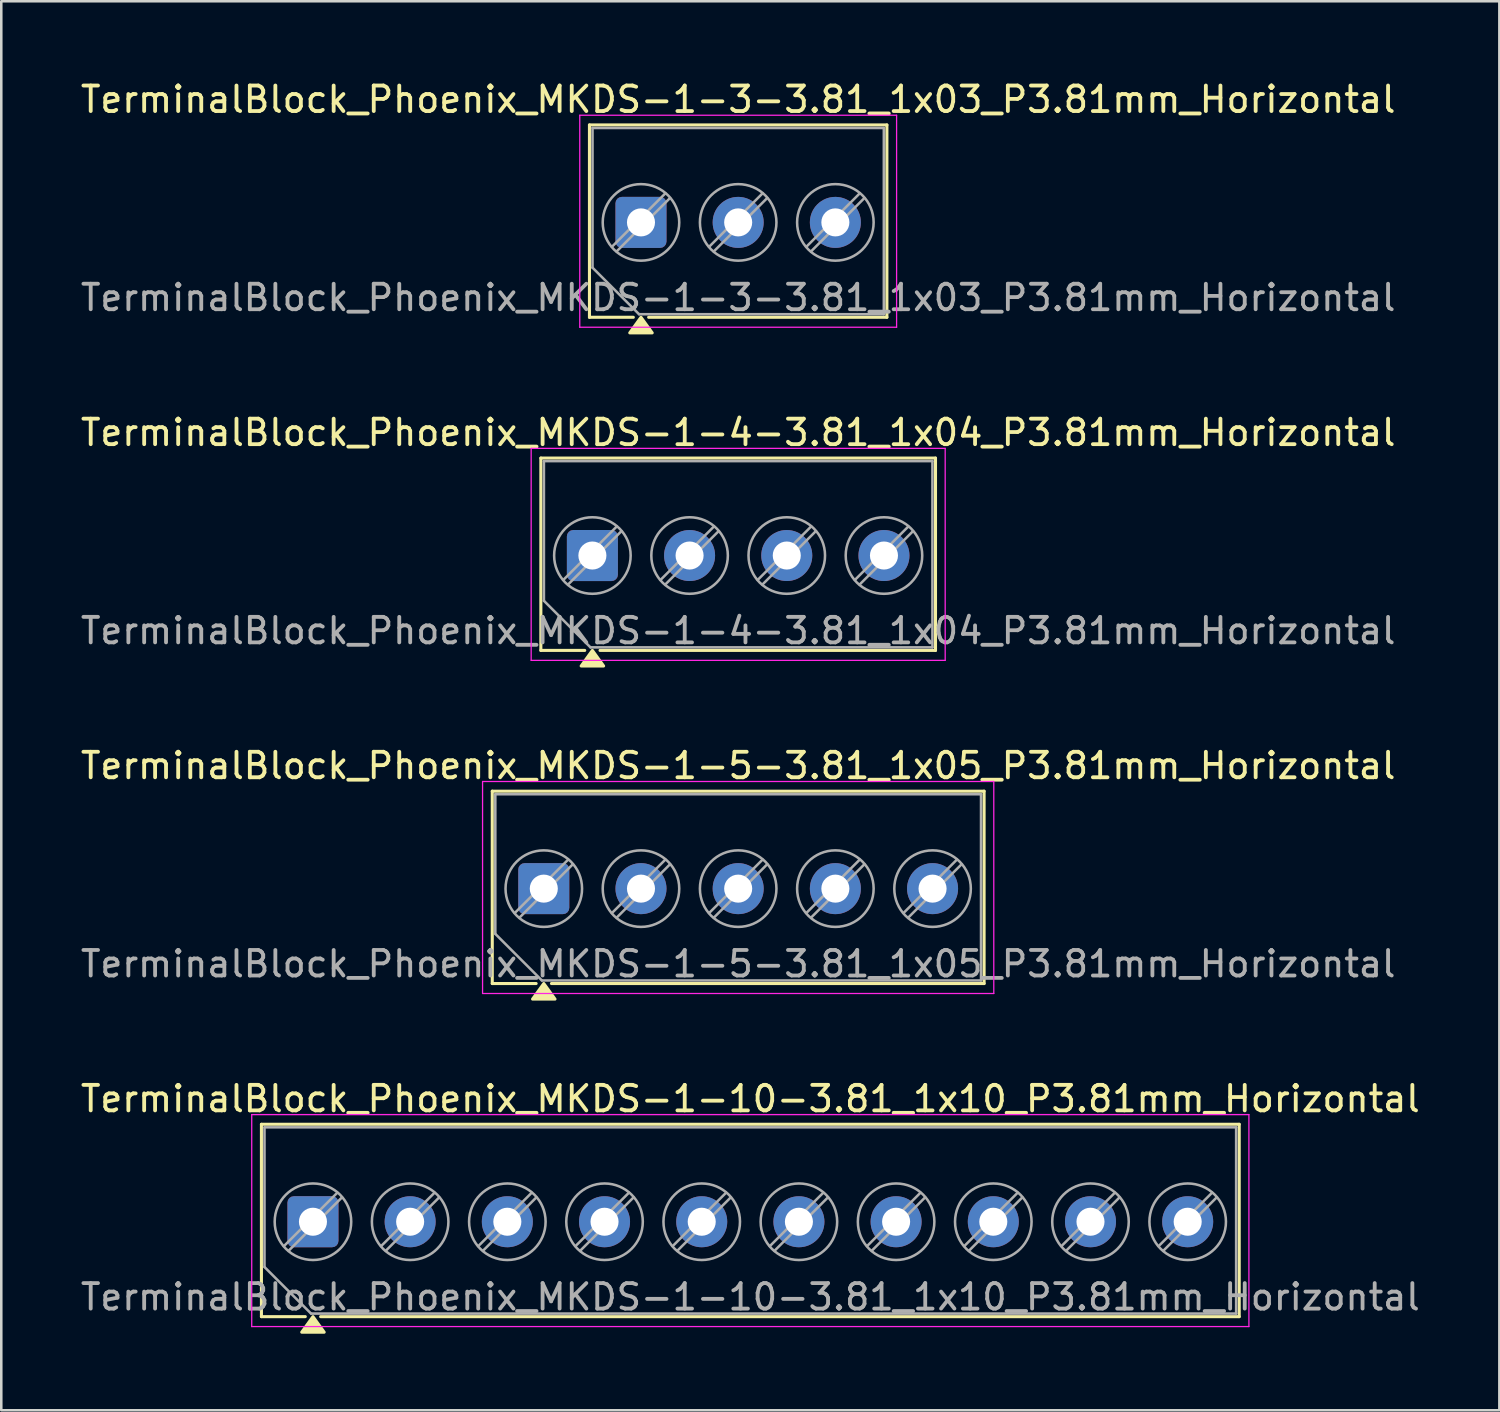
<source format=kicad_pcb>
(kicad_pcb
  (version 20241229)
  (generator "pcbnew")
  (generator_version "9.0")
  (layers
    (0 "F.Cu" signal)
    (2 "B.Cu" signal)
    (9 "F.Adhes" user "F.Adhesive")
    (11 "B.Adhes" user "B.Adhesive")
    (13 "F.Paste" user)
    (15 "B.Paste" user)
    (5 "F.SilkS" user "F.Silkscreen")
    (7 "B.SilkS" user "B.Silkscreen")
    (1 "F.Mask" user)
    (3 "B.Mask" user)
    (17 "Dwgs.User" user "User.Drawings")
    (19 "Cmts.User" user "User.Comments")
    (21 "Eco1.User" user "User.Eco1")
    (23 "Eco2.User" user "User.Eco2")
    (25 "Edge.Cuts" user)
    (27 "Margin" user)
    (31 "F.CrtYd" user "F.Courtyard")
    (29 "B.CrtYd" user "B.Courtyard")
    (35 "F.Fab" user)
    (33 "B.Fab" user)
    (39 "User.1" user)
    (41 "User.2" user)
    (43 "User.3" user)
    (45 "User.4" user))
  (footprint "TerminalBlock_Phoenix_MKDS-1-4-3.81_1x04_P3.81mm_Horizontal"
    (layer "F.Cu")
    (at 20.172 18.727)
    (property "Reference" "TerminalBlock_Phoenix_MKDS-1-4-3.81_1x04_P3.81mm_Horizontal" (at 5.715 -4.82 0) (layer "F.SilkS") (effects (font (size 1 1) (thickness 0.15))))
    (attr through_hole)
    (fp_line (start -2.02 -3.82) (end -2.02 3.72) (stroke (width 0.12) (type solid)) (layer "F.SilkS"))
    (fp_line (start -2.02 -3.82) (end 13.45 -3.82) (stroke (width 0.12) (type solid)) (layer "F.SilkS"))
    (fp_line (start -2.02 3.72) (end -0.3 3.72) (stroke (width 0.12) (type solid)) (layer "F.SilkS"))
    (fp_line (start 0.3 3.72) (end 13.45 3.72) (stroke (width 0.12) (type solid)) (layer "F.SilkS"))
    (fp_line (start 13.45 -3.82) (end 13.45 3.72) (stroke (width 0.12) (type solid)) (layer "F.SilkS"))
    (fp_poly (pts (xy 0 3.72) (xy 0.44 4.33) (xy -0.44 4.33)) (stroke (width 0.12) (type solid)) (fill yes) (layer "F.SilkS"))
    (fp_line (start -2.4 -4.2) (end -2.4 4.11) (stroke (width 0.05) (type solid)) (layer "F.CrtYd"))
    (fp_line (start -2.4 4.11) (end 13.83 4.11) (stroke (width 0.05) (type solid)) (layer "F.CrtYd"))
    (fp_line (start 13.83 -4.2) (end -2.4 -4.2) (stroke (width 0.05) (type solid)) (layer "F.CrtYd"))
    (fp_line (start 13.83 4.11) (end 13.83 -4.2) (stroke (width 0.05) (type solid)) (layer "F.CrtYd"))
    (fp_line (start -1.9 -3.7) (end 13.33 -3.7) (stroke (width 0.1) (type solid)) (layer "F.Fab"))
    (fp_line (start -1.9 1.775) (end -1.9 -3.7) (stroke (width 0.1) (type solid)) (layer "F.Fab"))
    (fp_line (start -0.075 3.6) (end -1.9 1.775) (stroke (width 0.1) (type solid)) (layer "F.Fab"))
    (fp_line (start 0.955 -1.138) (end -1.138 0.955) (stroke (width 0.1) (type solid)) (layer "F.Fab"))
    (fp_line (start 1.138 -0.955) (end -0.955 1.138) (stroke (width 0.1) (type solid)) (layer "F.Fab"))
    (fp_line (start 4.765 -1.138) (end 2.672 0.955) (stroke (width 0.1) (type solid)) (layer "F.Fab"))
    (fp_line (start 4.948 -0.955) (end 2.855 1.138) (stroke (width 0.1) (type solid)) (layer "F.Fab"))
    (fp_line (start 8.575 -1.138) (end 6.482 0.955) (stroke (width 0.1) (type solid)) (layer "F.Fab"))
    (fp_line (start 8.758 -0.955) (end 6.665 1.138) (stroke (width 0.1) (type solid)) (layer "F.Fab"))
    (fp_line (start 12.385 -1.138) (end 10.292 0.955) (stroke (width 0.1) (type solid)) (layer "F.Fab"))
    (fp_line (start 12.568 -0.955) (end 10.475 1.138) (stroke (width 0.1) (type solid)) (layer "F.Fab"))
    (fp_line (start 13.33 -3.7) (end 13.33 3.6) (stroke (width 0.1) (type solid)) (layer "F.Fab"))
    (fp_line (start 13.33 3.6) (end -0.075 3.6) (stroke (width 0.1) (type solid)) (layer "F.Fab"))
    (fp_circle (center 0 0) (end 1.5 0) (stroke (width 0.1) (type solid)) (fill no) (layer "F.Fab"))
    (fp_circle (center 3.81 0) (end 5.31 0) (stroke (width 0.1) (type solid)) (fill no) (layer "F.Fab"))
    (fp_circle (center 7.62 0) (end 9.12 0) (stroke (width 0.1) (type solid)) (fill no) (layer "F.Fab"))
    (fp_circle (center 11.43 0) (end 12.93 0) (stroke (width 0.1) (type solid)) (fill no) (layer "F.Fab"))
    (fp_text user "${REFERENCE}" (at 5.715 2.95 0) (layer "F.Fab") (effects (font (size 1 1) (thickness 0.15))))
    (pad "1" thru_hole roundrect (at 0 0) (size 2 2) (drill 1.1) (layers "*.Cu" "*.Mask") (roundrect_rratio 0.125))
    (pad "2" thru_hole circle (at 3.81 0) (size 2 2) (drill 1.1) (layers "*.Cu" "*.Mask"))
    (pad "3" thru_hole circle (at 7.62 0) (size 2 2) (drill 1.1) (layers "*.Cu" "*.Mask"))
    (pad "4" thru_hole circle (at 11.43 0) (size 2 2) (drill 1.1) (layers "*.Cu" "*.Mask")))
  (footprint "TerminalBlock_Phoenix_MKDS-1-10-3.81_1x10_P3.81mm_Horizontal"
    (layer "F.Cu")
    (at 9.218 44.843)
    (property "Reference" "TerminalBlock_Phoenix_MKDS-1-10-3.81_1x10_P3.81mm_Horizontal" (at 17.145 -4.82 0) (layer "F.SilkS") (effects (font (size 1 1) (thickness 0.15))))
    (attr through_hole)
    (fp_line (start -2.02 -3.82) (end -2.02 3.72) (stroke (width 0.12) (type solid)) (layer "F.SilkS"))
    (fp_line (start -2.02 -3.82) (end 36.31 -3.82) (stroke (width 0.12) (type solid)) (layer "F.SilkS"))
    (fp_line (start -2.02 3.72) (end -0.3 3.72) (stroke (width 0.12) (type solid)) (layer "F.SilkS"))
    (fp_line (start 0.3 3.72) (end 36.31 3.72) (stroke (width 0.12) (type solid)) (layer "F.SilkS"))
    (fp_line (start 36.31 -3.82) (end 36.31 3.72) (stroke (width 0.12) (type solid)) (layer "F.SilkS"))
    (fp_poly (pts (xy 0 3.72) (xy 0.44 4.33) (xy -0.44 4.33)) (stroke (width 0.12) (type solid)) (fill yes) (layer "F.SilkS"))
    (fp_line (start -2.4 -4.2) (end -2.4 4.11) (stroke (width 0.05) (type solid)) (layer "F.CrtYd"))
    (fp_line (start -2.4 4.11) (end 36.69 4.11) (stroke (width 0.05) (type solid)) (layer "F.CrtYd"))
    (fp_line (start 36.69 -4.2) (end -2.4 -4.2) (stroke (width 0.05) (type solid)) (layer "F.CrtYd"))
    (fp_line (start 36.69 4.11) (end 36.69 -4.2) (stroke (width 0.05) (type solid)) (layer "F.CrtYd"))
    (fp_line (start -1.9 -3.7) (end 36.19 -3.7) (stroke (width 0.1) (type solid)) (layer "F.Fab"))
    (fp_line (start -1.9 1.775) (end -1.9 -3.7) (stroke (width 0.1) (type solid)) (layer "F.Fab"))
    (fp_line (start -0.075 3.6) (end -1.9 1.775) (stroke (width 0.1) (type solid)) (layer "F.Fab"))
    (fp_line (start 0.955 -1.138) (end -1.138 0.955) (stroke (width 0.1) (type solid)) (layer "F.Fab"))
    (fp_line (start 1.138 -0.955) (end -0.955 1.138) (stroke (width 0.1) (type solid)) (layer "F.Fab"))
    (fp_line (start 4.765 -1.138) (end 2.672 0.955) (stroke (width 0.1) (type solid)) (layer "F.Fab"))
    (fp_line (start 4.948 -0.955) (end 2.855 1.138) (stroke (width 0.1) (type solid)) (layer "F.Fab"))
    (fp_line (start 8.575 -1.138) (end 6.482 0.955) (stroke (width 0.1) (type solid)) (layer "F.Fab"))
    (fp_line (start 8.758 -0.955) (end 6.665 1.138) (stroke (width 0.1) (type solid)) (layer "F.Fab"))
    (fp_line (start 12.385 -1.138) (end 10.292 0.955) (stroke (width 0.1) (type solid)) (layer "F.Fab"))
    (fp_line (start 12.568 -0.955) (end 10.475 1.138) (stroke (width 0.1) (type solid)) (layer "F.Fab"))
    (fp_line (start 16.195 -1.138) (end 14.102 0.955) (stroke (width 0.1) (type solid)) (layer "F.Fab"))
    (fp_line (start 16.378 -0.955) (end 14.285 1.138) (stroke (width 0.1) (type solid)) (layer "F.Fab"))
    (fp_line (start 20.005 -1.138) (end 17.912 0.955) (stroke (width 0.1) (type solid)) (layer "F.Fab"))
    (fp_line (start 20.188 -0.955) (end 18.095 1.138) (stroke (width 0.1) (type solid)) (layer "F.Fab"))
    (fp_line (start 23.815 -1.138) (end 21.722 0.955) (stroke (width 0.1) (type solid)) (layer "F.Fab"))
    (fp_line (start 23.998 -0.955) (end 21.905 1.138) (stroke (width 0.1) (type solid)) (layer "F.Fab"))
    (fp_line (start 27.625 -1.138) (end 25.532 0.955) (stroke (width 0.1) (type solid)) (layer "F.Fab"))
    (fp_line (start 27.808 -0.955) (end 25.715 1.138) (stroke (width 0.1) (type solid)) (layer "F.Fab"))
    (fp_line (start 31.435 -1.138) (end 29.342 0.955) (stroke (width 0.1) (type solid)) (layer "F.Fab"))
    (fp_line (start 31.618 -0.955) (end 29.525 1.138) (stroke (width 0.1) (type solid)) (layer "F.Fab"))
    (fp_line (start 35.245 -1.138) (end 33.152 0.955) (stroke (width 0.1) (type solid)) (layer "F.Fab"))
    (fp_line (start 35.428 -0.955) (end 33.335 1.138) (stroke (width 0.1) (type solid)) (layer "F.Fab"))
    (fp_line (start 36.19 -3.7) (end 36.19 3.6) (stroke (width 0.1) (type solid)) (layer "F.Fab"))
    (fp_line (start 36.19 3.6) (end -0.075 3.6) (stroke (width 0.1) (type solid)) (layer "F.Fab"))
    (fp_circle (center 0 0) (end 1.5 0) (stroke (width 0.1) (type solid)) (fill no) (layer "F.Fab"))
    (fp_circle (center 3.81 0) (end 5.31 0) (stroke (width 0.1) (type solid)) (fill no) (layer "F.Fab"))
    (fp_circle (center 7.62 0) (end 9.12 0) (stroke (width 0.1) (type solid)) (fill no) (layer "F.Fab"))
    (fp_circle (center 11.43 0) (end 12.93 0) (stroke (width 0.1) (type solid)) (fill no) (layer "F.Fab"))
    (fp_circle (center 15.24 0) (end 16.74 0) (stroke (width 0.1) (type solid)) (fill no) (layer "F.Fab"))
    (fp_circle (center 19.05 0) (end 20.55 0) (stroke (width 0.1) (type solid)) (fill no) (layer "F.Fab"))
    (fp_circle (center 22.86 0) (end 24.36 0) (stroke (width 0.1) (type solid)) (fill no) (layer "F.Fab"))
    (fp_circle (center 26.67 0) (end 28.17 0) (stroke (width 0.1) (type solid)) (fill no) (layer "F.Fab"))
    (fp_circle (center 30.48 0) (end 31.98 0) (stroke (width 0.1) (type solid)) (fill no) (layer "F.Fab"))
    (fp_circle (center 34.29 0) (end 35.79 0) (stroke (width 0.1) (type solid)) (fill no) (layer "F.Fab"))
    (fp_text user "${REFERENCE}" (at 17.145 2.95 0) (layer "F.Fab") (effects (font (size 1 1) (thickness 0.15))))
    (pad "1" thru_hole roundrect (at 0 0) (size 2 2) (drill 1.1) (layers "*.Cu" "*.Mask") (roundrect_rratio 0.125))
    (pad "2" thru_hole circle (at 3.81 0) (size 2 2) (drill 1.1) (layers "*.Cu" "*.Mask"))
    (pad "3" thru_hole circle (at 7.62 0) (size 2 2) (drill 1.1) (layers "*.Cu" "*.Mask"))
    (pad "4" thru_hole circle (at 11.43 0) (size 2 2) (drill 1.1) (layers "*.Cu" "*.Mask"))
    (pad "5" thru_hole circle (at 15.24 0) (size 2 2) (drill 1.1) (layers "*.Cu" "*.Mask"))
    (pad "6" thru_hole circle (at 19.05 0) (size 2 2) (drill 1.1) (layers "*.Cu" "*.Mask"))
    (pad "7" thru_hole circle (at 22.86 0) (size 2 2) (drill 1.1) (layers "*.Cu" "*.Mask"))
    (pad "8" thru_hole circle (at 26.67 0) (size 2 2) (drill 1.1) (layers "*.Cu" "*.Mask"))
    (pad "9" thru_hole circle (at 30.48 0) (size 2 2) (drill 1.1) (layers "*.Cu" "*.Mask"))
    (pad "10" thru_hole circle (at 34.29 0) (size 2 2) (drill 1.1) (layers "*.Cu" "*.Mask")))
  (footprint "TerminalBlock_Phoenix_MKDS-1-3-3.81_1x03_P3.81mm_Horizontal"
    (layer "F.Cu")
    (at 22.077 5.668)
    (property "Reference" "TerminalBlock_Phoenix_MKDS-1-3-3.81_1x03_P3.81mm_Horizontal" (at 3.81 -4.82 0) (layer "F.SilkS") (effects (font (size 1 1) (thickness 0.15))))
    (attr through_hole)
    (fp_line (start -2.02 -3.82) (end -2.02 3.72) (stroke (width 0.12) (type solid)) (layer "F.SilkS"))
    (fp_line (start -2.02 -3.82) (end 9.64 -3.82) (stroke (width 0.12) (type solid)) (layer "F.SilkS"))
    (fp_line (start -2.02 3.72) (end -0.3 3.72) (stroke (width 0.12) (type solid)) (layer "F.SilkS"))
    (fp_line (start 0.3 3.72) (end 9.64 3.72) (stroke (width 0.12) (type solid)) (layer "F.SilkS"))
    (fp_line (start 9.64 -3.82) (end 9.64 3.72) (stroke (width 0.12) (type solid)) (layer "F.SilkS"))
    (fp_poly (pts (xy 0 3.72) (xy 0.44 4.33) (xy -0.44 4.33)) (stroke (width 0.12) (type solid)) (fill yes) (layer "F.SilkS"))
    (fp_line (start -2.4 -4.2) (end -2.4 4.11) (stroke (width 0.05) (type solid)) (layer "F.CrtYd"))
    (fp_line (start -2.4 4.11) (end 10.02 4.11) (stroke (width 0.05) (type solid)) (layer "F.CrtYd"))
    (fp_line (start 10.02 -4.2) (end -2.4 -4.2) (stroke (width 0.05) (type solid)) (layer "F.CrtYd"))
    (fp_line (start 10.02 4.11) (end 10.02 -4.2) (stroke (width 0.05) (type solid)) (layer "F.CrtYd"))
    (fp_line (start -1.9 -3.7) (end 9.52 -3.7) (stroke (width 0.1) (type solid)) (layer "F.Fab"))
    (fp_line (start -1.9 1.775) (end -1.9 -3.7) (stroke (width 0.1) (type solid)) (layer "F.Fab"))
    (fp_line (start -0.075 3.6) (end -1.9 1.775) (stroke (width 0.1) (type solid)) (layer "F.Fab"))
    (fp_line (start 0.955 -1.138) (end -1.138 0.955) (stroke (width 0.1) (type solid)) (layer "F.Fab"))
    (fp_line (start 1.138 -0.955) (end -0.955 1.138) (stroke (width 0.1) (type solid)) (layer "F.Fab"))
    (fp_line (start 4.765 -1.138) (end 2.672 0.955) (stroke (width 0.1) (type solid)) (layer "F.Fab"))
    (fp_line (start 4.948 -0.955) (end 2.855 1.138) (stroke (width 0.1) (type solid)) (layer "F.Fab"))
    (fp_line (start 8.575 -1.138) (end 6.482 0.955) (stroke (width 0.1) (type solid)) (layer "F.Fab"))
    (fp_line (start 8.758 -0.955) (end 6.665 1.138) (stroke (width 0.1) (type solid)) (layer "F.Fab"))
    (fp_line (start 9.52 -3.7) (end 9.52 3.6) (stroke (width 0.1) (type solid)) (layer "F.Fab"))
    (fp_line (start 9.52 3.6) (end -0.075 3.6) (stroke (width 0.1) (type solid)) (layer "F.Fab"))
    (fp_circle (center 0 0) (end 1.5 0) (stroke (width 0.1) (type solid)) (fill no) (layer "F.Fab"))
    (fp_circle (center 3.81 0) (end 5.31 0) (stroke (width 0.1) (type solid)) (fill no) (layer "F.Fab"))
    (fp_circle (center 7.62 0) (end 9.12 0) (stroke (width 0.1) (type solid)) (fill no) (layer "F.Fab"))
    (fp_text user "${REFERENCE}" (at 3.81 2.95 0) (layer "F.Fab") (effects (font (size 1 1) (thickness 0.15))))
    (pad "1" thru_hole roundrect (at 0 0) (size 2 2) (drill 1.1) (layers "*.Cu" "*.Mask") (roundrect_rratio 0.125))
    (pad "2" thru_hole circle (at 3.81 0) (size 2 2) (drill 1.1) (layers "*.Cu" "*.Mask"))
    (pad "3" thru_hole circle (at 7.62 0) (size 2 2) (drill 1.1) (layers "*.Cu" "*.Mask")))
  (footprint "TerminalBlock_Phoenix_MKDS-1-5-3.81_1x05_P3.81mm_Horizontal"
    (layer "F.Cu")
    (at 18.267 31.785)
    (property "Reference" "TerminalBlock_Phoenix_MKDS-1-5-3.81_1x05_P3.81mm_Horizontal" (at 7.62 -4.82 0) (layer "F.SilkS") (effects (font (size 1 1) (thickness 0.15))))
    (attr through_hole)
    (fp_line (start -2.02 -3.82) (end -2.02 3.72) (stroke (width 0.12) (type solid)) (layer "F.SilkS"))
    (fp_line (start -2.02 -3.82) (end 17.26 -3.82) (stroke (width 0.12) (type solid)) (layer "F.SilkS"))
    (fp_line (start -2.02 3.72) (end -0.3 3.72) (stroke (width 0.12) (type solid)) (layer "F.SilkS"))
    (fp_line (start 0.3 3.72) (end 17.26 3.72) (stroke (width 0.12) (type solid)) (layer "F.SilkS"))
    (fp_line (start 17.26 -3.82) (end 17.26 3.72) (stroke (width 0.12) (type solid)) (layer "F.SilkS"))
    (fp_poly (pts (xy 0 3.72) (xy 0.44 4.33) (xy -0.44 4.33)) (stroke (width 0.12) (type solid)) (fill yes) (layer "F.SilkS"))
    (fp_line (start -2.4 -4.2) (end -2.4 4.11) (stroke (width 0.05) (type solid)) (layer "F.CrtYd"))
    (fp_line (start -2.4 4.11) (end 17.64 4.11) (stroke (width 0.05) (type solid)) (layer "F.CrtYd"))
    (fp_line (start 17.64 -4.2) (end -2.4 -4.2) (stroke (width 0.05) (type solid)) (layer "F.CrtYd"))
    (fp_line (start 17.64 4.11) (end 17.64 -4.2) (stroke (width 0.05) (type solid)) (layer "F.CrtYd"))
    (fp_line (start -1.9 -3.7) (end 17.14 -3.7) (stroke (width 0.1) (type solid)) (layer "F.Fab"))
    (fp_line (start -1.9 1.775) (end -1.9 -3.7) (stroke (width 0.1) (type solid)) (layer "F.Fab"))
    (fp_line (start -0.075 3.6) (end -1.9 1.775) (stroke (width 0.1) (type solid)) (layer "F.Fab"))
    (fp_line (start 0.955 -1.138) (end -1.138 0.955) (stroke (width 0.1) (type solid)) (layer "F.Fab"))
    (fp_line (start 1.138 -0.955) (end -0.955 1.138) (stroke (width 0.1) (type solid)) (layer "F.Fab"))
    (fp_line (start 4.765 -1.138) (end 2.672 0.955) (stroke (width 0.1) (type solid)) (layer "F.Fab"))
    (fp_line (start 4.948 -0.955) (end 2.855 1.138) (stroke (width 0.1) (type solid)) (layer "F.Fab"))
    (fp_line (start 8.575 -1.138) (end 6.482 0.955) (stroke (width 0.1) (type solid)) (layer "F.Fab"))
    (fp_line (start 8.758 -0.955) (end 6.665 1.138) (stroke (width 0.1) (type solid)) (layer "F.Fab"))
    (fp_line (start 12.385 -1.138) (end 10.292 0.955) (stroke (width 0.1) (type solid)) (layer "F.Fab"))
    (fp_line (start 12.568 -0.955) (end 10.475 1.138) (stroke (width 0.1) (type solid)) (layer "F.Fab"))
    (fp_line (start 16.195 -1.138) (end 14.102 0.955) (stroke (width 0.1) (type solid)) (layer "F.Fab"))
    (fp_line (start 16.378 -0.955) (end 14.285 1.138) (stroke (width 0.1) (type solid)) (layer "F.Fab"))
    (fp_line (start 17.14 -3.7) (end 17.14 3.6) (stroke (width 0.1) (type solid)) (layer "F.Fab"))
    (fp_line (start 17.14 3.6) (end -0.075 3.6) (stroke (width 0.1) (type solid)) (layer "F.Fab"))
    (fp_circle (center 0 0) (end 1.5 0) (stroke (width 0.1) (type solid)) (fill no) (layer "F.Fab"))
    (fp_circle (center 3.81 0) (end 5.31 0) (stroke (width 0.1) (type solid)) (fill no) (layer "F.Fab"))
    (fp_circle (center 7.62 0) (end 9.12 0) (stroke (width 0.1) (type solid)) (fill no) (layer "F.Fab"))
    (fp_circle (center 11.43 0) (end 12.93 0) (stroke (width 0.1) (type solid)) (fill no) (layer "F.Fab"))
    (fp_circle (center 15.24 0) (end 16.74 0) (stroke (width 0.1) (type solid)) (fill no) (layer "F.Fab"))
    (fp_text user "${REFERENCE}" (at 7.62 2.95 0) (layer "F.Fab") (effects (font (size 1 1) (thickness 0.15))))
    (pad "1" thru_hole roundrect (at 0 0) (size 2 2) (drill 1.1) (layers "*.Cu" "*.Mask") (roundrect_rratio 0.125))
    (pad "2" thru_hole circle (at 3.81 0) (size 2 2) (drill 1.1) (layers "*.Cu" "*.Mask"))
    (pad "3" thru_hole circle (at 7.62 0) (size 2 2) (drill 1.1) (layers "*.Cu" "*.Mask"))
    (pad "4" thru_hole circle (at 11.43 0) (size 2 2) (drill 1.1) (layers "*.Cu" "*.Mask"))
    (pad "5" thru_hole circle (at 15.24 0) (size 2 2) (drill 1.1) (layers "*.Cu" "*.Mask")))
  (gr_rect
    (start -3 -3)
    (end 55.726 52.233)
    (stroke (width 0.1) (type default))
    (fill no)
    (layer "Edge.Cuts")))
</source>
